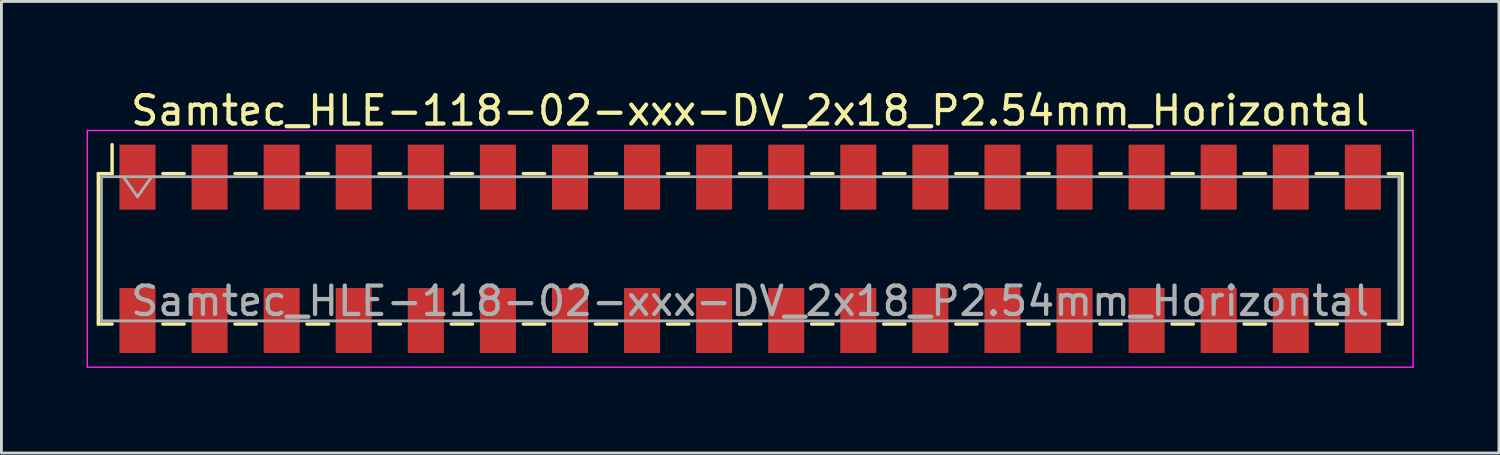
<source format=kicad_pcb>
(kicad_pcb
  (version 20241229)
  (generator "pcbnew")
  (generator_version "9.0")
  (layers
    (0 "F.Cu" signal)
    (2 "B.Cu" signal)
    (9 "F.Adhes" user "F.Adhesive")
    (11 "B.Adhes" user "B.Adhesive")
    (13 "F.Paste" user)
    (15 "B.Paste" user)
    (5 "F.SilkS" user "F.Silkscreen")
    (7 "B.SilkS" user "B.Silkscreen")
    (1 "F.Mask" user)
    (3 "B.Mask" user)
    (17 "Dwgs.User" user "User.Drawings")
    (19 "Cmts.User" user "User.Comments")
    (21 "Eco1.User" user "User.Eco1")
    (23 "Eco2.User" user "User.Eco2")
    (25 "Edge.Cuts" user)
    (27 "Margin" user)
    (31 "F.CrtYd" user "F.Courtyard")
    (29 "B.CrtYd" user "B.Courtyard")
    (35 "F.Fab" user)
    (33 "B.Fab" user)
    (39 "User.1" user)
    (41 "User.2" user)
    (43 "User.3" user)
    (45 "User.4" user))
  (footprint "Samtec_HLE-118-02-xxx-DV_2x18_P2.54mm_Horizontal"
    (layer "F.Cu")
    (at 23.385 5.718)
    (property "Reference" "Samtec_HLE-118-02-xxx-DV_2x18_P2.54mm_Horizontal" (at 0 -4.87 0) (layer "F.SilkS") (effects (font (size 1 1) (thickness 0.15))))
    (attr smd)
    (fp_line (start -22.97 -2.65) (end -22.97 2.65) (stroke (width 0.12) (type solid)) (layer "F.SilkS"))
    (fp_line (start -22.97 2.65) (end -22.485 2.65) (stroke (width 0.12) (type solid)) (layer "F.SilkS"))
    (fp_line (start -22.485 -3.67) (end -22.485 -2.65) (stroke (width 0.12) (type solid)) (layer "F.SilkS"))
    (fp_line (start -22.485 -2.65) (end -22.97 -2.65) (stroke (width 0.12) (type solid)) (layer "F.SilkS"))
    (fp_line (start -20.695 -2.65) (end -19.945 -2.65) (stroke (width 0.12) (type solid)) (layer "F.SilkS"))
    (fp_line (start -20.695 2.65) (end -19.945 2.65) (stroke (width 0.12) (type solid)) (layer "F.SilkS"))
    (fp_line (start -18.155 -2.65) (end -17.405 -2.65) (stroke (width 0.12) (type solid)) (layer "F.SilkS"))
    (fp_line (start -18.155 2.65) (end -17.405 2.65) (stroke (width 0.12) (type solid)) (layer "F.SilkS"))
    (fp_line (start -15.615 -2.65) (end -14.865 -2.65) (stroke (width 0.12) (type solid)) (layer "F.SilkS"))
    (fp_line (start -15.615 2.65) (end -14.865 2.65) (stroke (width 0.12) (type solid)) (layer "F.SilkS"))
    (fp_line (start -13.075 -2.65) (end -12.325 -2.65) (stroke (width 0.12) (type solid)) (layer "F.SilkS"))
    (fp_line (start -13.075 2.65) (end -12.325 2.65) (stroke (width 0.12) (type solid)) (layer "F.SilkS"))
    (fp_line (start -10.535 -2.65) (end -9.785 -2.65) (stroke (width 0.12) (type solid)) (layer "F.SilkS"))
    (fp_line (start -10.535 2.65) (end -9.785 2.65) (stroke (width 0.12) (type solid)) (layer "F.SilkS"))
    (fp_line (start -7.995 -2.65) (end -7.245 -2.65) (stroke (width 0.12) (type solid)) (layer "F.SilkS"))
    (fp_line (start -7.995 2.65) (end -7.245 2.65) (stroke (width 0.12) (type solid)) (layer "F.SilkS"))
    (fp_line (start -5.455 -2.65) (end -4.705 -2.65) (stroke (width 0.12) (type solid)) (layer "F.SilkS"))
    (fp_line (start -5.455 2.65) (end -4.705 2.65) (stroke (width 0.12) (type solid)) (layer "F.SilkS"))
    (fp_line (start -2.915 -2.65) (end -2.165 -2.65) (stroke (width 0.12) (type solid)) (layer "F.SilkS"))
    (fp_line (start -2.915 2.65) (end -2.165 2.65) (stroke (width 0.12) (type solid)) (layer "F.SilkS"))
    (fp_line (start -0.375 -2.65) (end 0.375 -2.65) (stroke (width 0.12) (type solid)) (layer "F.SilkS"))
    (fp_line (start -0.375 2.65) (end 0.375 2.65) (stroke (width 0.12) (type solid)) (layer "F.SilkS"))
    (fp_line (start 2.165 -2.65) (end 2.915 -2.65) (stroke (width 0.12) (type solid)) (layer "F.SilkS"))
    (fp_line (start 2.165 2.65) (end 2.915 2.65) (stroke (width 0.12) (type solid)) (layer "F.SilkS"))
    (fp_line (start 4.705 -2.65) (end 5.455 -2.65) (stroke (width 0.12) (type solid)) (layer "F.SilkS"))
    (fp_line (start 4.705 2.65) (end 5.455 2.65) (stroke (width 0.12) (type solid)) (layer "F.SilkS"))
    (fp_line (start 7.245 -2.65) (end 7.995 -2.65) (stroke (width 0.12) (type solid)) (layer "F.SilkS"))
    (fp_line (start 7.245 2.65) (end 7.995 2.65) (stroke (width 0.12) (type solid)) (layer "F.SilkS"))
    (fp_line (start 9.785 -2.65) (end 10.535 -2.65) (stroke (width 0.12) (type solid)) (layer "F.SilkS"))
    (fp_line (start 9.785 2.65) (end 10.535 2.65) (stroke (width 0.12) (type solid)) (layer "F.SilkS"))
    (fp_line (start 12.325 -2.65) (end 13.075 -2.65) (stroke (width 0.12) (type solid)) (layer "F.SilkS"))
    (fp_line (start 12.325 2.65) (end 13.075 2.65) (stroke (width 0.12) (type solid)) (layer "F.SilkS"))
    (fp_line (start 14.865 -2.65) (end 15.615 -2.65) (stroke (width 0.12) (type solid)) (layer "F.SilkS"))
    (fp_line (start 14.865 2.65) (end 15.615 2.65) (stroke (width 0.12) (type solid)) (layer "F.SilkS"))
    (fp_line (start 17.405 -2.65) (end 18.155 -2.65) (stroke (width 0.12) (type solid)) (layer "F.SilkS"))
    (fp_line (start 17.405 2.65) (end 18.155 2.65) (stroke (width 0.12) (type solid)) (layer "F.SilkS"))
    (fp_line (start 19.945 -2.65) (end 20.695 -2.65) (stroke (width 0.12) (type solid)) (layer "F.SilkS"))
    (fp_line (start 19.945 2.65) (end 20.695 2.65) (stroke (width 0.12) (type solid)) (layer "F.SilkS"))
    (fp_line (start 22.485 -2.65) (end 22.97 -2.65) (stroke (width 0.12) (type solid)) (layer "F.SilkS"))
    (fp_line (start 22.97 -2.65) (end 22.97 2.65) (stroke (width 0.12) (type solid)) (layer "F.SilkS"))
    (fp_line (start 22.97 2.65) (end 22.485 2.65) (stroke (width 0.12) (type solid)) (layer "F.SilkS"))
    (fp_line (start -23.36 -4.17) (end 23.36 -4.17) (stroke (width 0.05) (type solid)) (layer "F.CrtYd"))
    (fp_line (start -23.36 4.17) (end -23.36 -4.17) (stroke (width 0.05) (type solid)) (layer "F.CrtYd"))
    (fp_line (start 23.36 -4.17) (end 23.36 4.17) (stroke (width 0.05) (type solid)) (layer "F.CrtYd"))
    (fp_line (start 23.36 4.17) (end -23.36 4.17) (stroke (width 0.05) (type solid)) (layer "F.CrtYd"))
    (fp_line (start -22.86 -2.54) (end 22.86 -2.54) (stroke (width 0.1) (type solid)) (layer "F.Fab"))
    (fp_line (start -22.86 2.54) (end -22.86 -2.54) (stroke (width 0.1) (type solid)) (layer "F.Fab"))
    (fp_line (start -22.09 -2.54) (end -21.59 -1.833) (stroke (width 0.1) (type solid)) (layer "F.Fab"))
    (fp_line (start -21.59 -1.833) (end -21.09 -2.54) (stroke (width 0.1) (type solid)) (layer "F.Fab"))
    (fp_line (start 22.86 -2.54) (end 22.86 2.54) (stroke (width 0.1) (type solid)) (layer "F.Fab"))
    (fp_line (start 22.86 2.54) (end -22.86 2.54) (stroke (width 0.1) (type solid)) (layer "F.Fab"))
    (fp_text user "${REFERENCE}" (at 0 1.84 0) (layer "F.Fab") (effects (font (size 1 1) (thickness 0.15))))
    (pad "1" smd rect (at -21.59 -2.525) (size 1.27 2.29) (layers "F.Cu" "F.Mask" "F.Paste"))
    (pad "2" smd rect (at -21.59 2.525) (size 1.27 2.29) (layers "F.Cu" "F.Mask" "F.Paste"))
    (pad "3" smd rect (at -19.05 -2.525) (size 1.27 2.29) (layers "F.Cu" "F.Mask" "F.Paste"))
    (pad "4" smd rect (at -19.05 2.525) (size 1.27 2.29) (layers "F.Cu" "F.Mask" "F.Paste"))
    (pad "5" smd rect (at -16.51 -2.525) (size 1.27 2.29) (layers "F.Cu" "F.Mask" "F.Paste"))
    (pad "6" smd rect (at -16.51 2.525) (size 1.27 2.29) (layers "F.Cu" "F.Mask" "F.Paste"))
    (pad "7" smd rect (at -13.97 -2.525) (size 1.27 2.29) (layers "F.Cu" "F.Mask" "F.Paste"))
    (pad "8" smd rect (at -13.97 2.525) (size 1.27 2.29) (layers "F.Cu" "F.Mask" "F.Paste"))
    (pad "9" smd rect (at -11.43 -2.525) (size 1.27 2.29) (layers "F.Cu" "F.Mask" "F.Paste"))
    (pad "10" smd rect (at -11.43 2.525) (size 1.27 2.29) (layers "F.Cu" "F.Mask" "F.Paste"))
    (pad "11" smd rect (at -8.89 -2.525) (size 1.27 2.29) (layers "F.Cu" "F.Mask" "F.Paste"))
    (pad "12" smd rect (at -8.89 2.525) (size 1.27 2.29) (layers "F.Cu" "F.Mask" "F.Paste"))
    (pad "13" smd rect (at -6.35 -2.525) (size 1.27 2.29) (layers "F.Cu" "F.Mask" "F.Paste"))
    (pad "14" smd rect (at -6.35 2.525) (size 1.27 2.29) (layers "F.Cu" "F.Mask" "F.Paste"))
    (pad "15" smd rect (at -3.81 -2.525) (size 1.27 2.29) (layers "F.Cu" "F.Mask" "F.Paste"))
    (pad "16" smd rect (at -3.81 2.525) (size 1.27 2.29) (layers "F.Cu" "F.Mask" "F.Paste"))
    (pad "17" smd rect (at -1.27 -2.525) (size 1.27 2.29) (layers "F.Cu" "F.Mask" "F.Paste"))
    (pad "18" smd rect (at -1.27 2.525) (size 1.27 2.29) (layers "F.Cu" "F.Mask" "F.Paste"))
    (pad "19" smd rect (at 1.27 -2.525) (size 1.27 2.29) (layers "F.Cu" "F.Mask" "F.Paste"))
    (pad "20" smd rect (at 1.27 2.525) (size 1.27 2.29) (layers "F.Cu" "F.Mask" "F.Paste"))
    (pad "21" smd rect (at 3.81 -2.525) (size 1.27 2.29) (layers "F.Cu" "F.Mask" "F.Paste"))
    (pad "22" smd rect (at 3.81 2.525) (size 1.27 2.29) (layers "F.Cu" "F.Mask" "F.Paste"))
    (pad "23" smd rect (at 6.35 -2.525) (size 1.27 2.29) (layers "F.Cu" "F.Mask" "F.Paste"))
    (pad "24" smd rect (at 6.35 2.525) (size 1.27 2.29) (layers "F.Cu" "F.Mask" "F.Paste"))
    (pad "25" smd rect (at 8.89 -2.525) (size 1.27 2.29) (layers "F.Cu" "F.Mask" "F.Paste"))
    (pad "26" smd rect (at 8.89 2.525) (size 1.27 2.29) (layers "F.Cu" "F.Mask" "F.Paste"))
    (pad "27" smd rect (at 11.43 -2.525) (size 1.27 2.29) (layers "F.Cu" "F.Mask" "F.Paste"))
    (pad "28" smd rect (at 11.43 2.525) (size 1.27 2.29) (layers "F.Cu" "F.Mask" "F.Paste"))
    (pad "29" smd rect (at 13.97 -2.525) (size 1.27 2.29) (layers "F.Cu" "F.Mask" "F.Paste"))
    (pad "30" smd rect (at 13.97 2.525) (size 1.27 2.29) (layers "F.Cu" "F.Mask" "F.Paste"))
    (pad "31" smd rect (at 16.51 -2.525) (size 1.27 2.29) (layers "F.Cu" "F.Mask" "F.Paste"))
    (pad "32" smd rect (at 16.51 2.525) (size 1.27 2.29) (layers "F.Cu" "F.Mask" "F.Paste"))
    (pad "33" smd rect (at 19.05 -2.525) (size 1.27 2.29) (layers "F.Cu" "F.Mask" "F.Paste"))
    (pad "34" smd rect (at 19.05 2.525) (size 1.27 2.29) (layers "F.Cu" "F.Mask" "F.Paste"))
    (pad "35" smd rect (at 21.59 -2.525) (size 1.27 2.29) (layers "F.Cu" "F.Mask" "F.Paste"))
    (pad "36" smd rect (at 21.59 2.525) (size 1.27 2.29) (layers "F.Cu" "F.Mask" "F.Paste")))
  (gr_rect
    (start -3 -3)
    (end 49.77 12.913)
    (stroke (width 0.1) (type default))
    (fill no)
    (layer "Edge.Cuts")))
</source>
